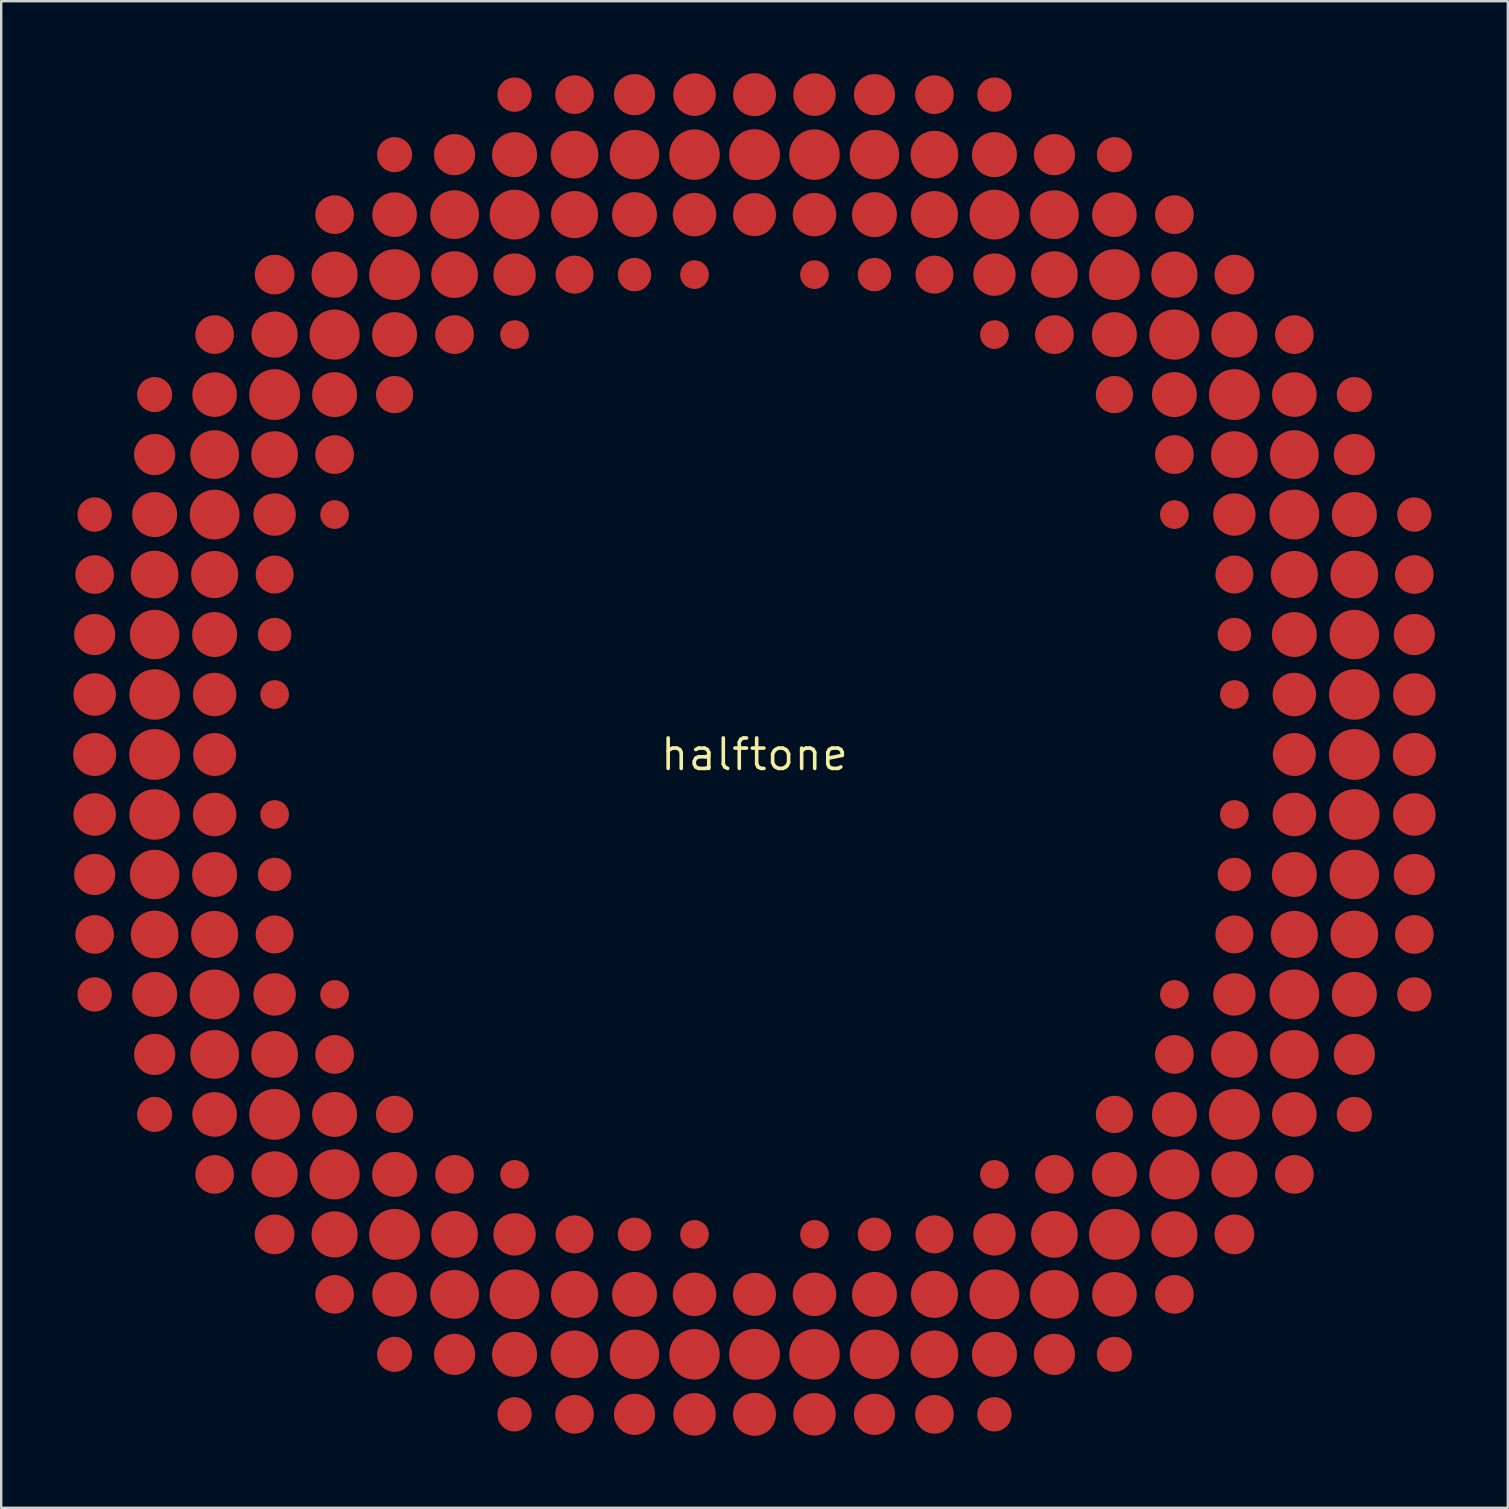
<source format=kicad_pcb>
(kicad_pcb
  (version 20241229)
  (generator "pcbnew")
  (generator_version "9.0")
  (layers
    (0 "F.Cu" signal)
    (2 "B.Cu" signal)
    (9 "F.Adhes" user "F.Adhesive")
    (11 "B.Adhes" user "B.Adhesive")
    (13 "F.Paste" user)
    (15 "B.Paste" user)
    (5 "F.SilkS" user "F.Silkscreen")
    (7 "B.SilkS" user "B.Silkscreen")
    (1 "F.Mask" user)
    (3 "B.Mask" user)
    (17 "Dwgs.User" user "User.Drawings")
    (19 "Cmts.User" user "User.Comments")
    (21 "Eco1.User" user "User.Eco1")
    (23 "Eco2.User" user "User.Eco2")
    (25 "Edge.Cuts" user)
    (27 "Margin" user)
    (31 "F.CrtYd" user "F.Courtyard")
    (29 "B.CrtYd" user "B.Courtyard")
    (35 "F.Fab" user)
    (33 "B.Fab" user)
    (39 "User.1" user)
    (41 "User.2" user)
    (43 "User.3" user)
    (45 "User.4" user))
  (footprint "halftone"
    (layer "F.Cu")
    (at 28.395 28.395)
    (property "Reference" "halftone" (at 0 0 0) (layer "F.SilkS") (effects (font (size 1.27 1.27) (thickness 0.15))))
    (attr through_hole)
    (pad "~" smd oval (at -27.5 -10) (size 1.43 1.43) (layers "F.Cu" "F.Mask"))
    (pad "~" smd oval (at -27.5 -7.5) (size 1.611 1.611) (layers "F.Cu" "F.Mask"))
    (pad "~" smd oval (at -27.5 -5) (size 1.716 1.716) (layers "F.Cu" "F.Mask"))
    (pad "~" smd oval (at -27.5 -2.5) (size 1.772 1.772) (layers "F.Cu" "F.Mask"))
    (pad "~" smd oval (at -27.5 0) (size 1.791 1.791) (layers "F.Cu" "F.Mask"))
    (pad "~" smd oval (at -27.5 2.5) (size 1.772 1.772) (layers "F.Cu" "F.Mask"))
    (pad "~" smd oval (at -27.5 5) (size 1.716 1.716) (layers "F.Cu" "F.Mask"))
    (pad "~" smd oval (at -27.5 7.5) (size 1.611 1.611) (layers "F.Cu" "F.Mask"))
    (pad "~" smd oval (at -27.5 10) (size 1.43 1.43) (layers "F.Cu" "F.Mask"))
    (pad "~" smd oval (at -25 -15) (size 1.46 1.46) (layers "F.Cu" "F.Mask"))
    (pad "~" smd oval (at -25 -12.5) (size 1.716 1.716) (layers "F.Cu" "F.Mask"))
    (pad "~" smd oval (at -25 -10) (size 1.877 1.877) (layers "F.Cu" "F.Mask"))
    (pad "~" smd oval (at -25 -7.5) (size 1.987 1.987) (layers "F.Cu" "F.Mask"))
    (pad "~" smd oval (at -25 -5) (size 2.061 2.061) (layers "F.Cu" "F.Mask"))
    (pad "~" smd oval (at -25 -2.5) (size 2.104 2.104) (layers "F.Cu" "F.Mask"))
    (pad "~" smd oval (at -25 0) (size 2.118 2.118) (layers "F.Cu" "F.Mask"))
    (pad "~" smd oval (at -25 2.5) (size 2.104 2.104) (layers "F.Cu" "F.Mask"))
    (pad "~" smd oval (at -25 5) (size 2.061 2.061) (layers "F.Cu" "F.Mask"))
    (pad "~" smd oval (at -25 7.5) (size 1.987 1.987) (layers "F.Cu" "F.Mask"))
    (pad "~" smd oval (at -25 10) (size 1.877 1.877) (layers "F.Cu" "F.Mask"))
    (pad "~" smd oval (at -25 12.5) (size 1.716 1.716) (layers "F.Cu" "F.Mask"))
    (pad "~" smd oval (at -25 15) (size 1.46 1.46) (layers "F.Cu" "F.Mask"))
    (pad "~" smd oval (at -22.5 -17.5) (size 1.611 1.611) (layers "F.Cu" "F.Mask"))
    (pad "~" smd oval (at -22.5 -15) (size 1.86 1.86) (layers "F.Cu" "F.Mask"))
    (pad "~" smd oval (at -22.5 -12.5) (size 2.032 2.032) (layers "F.Cu" "F.Mask"))
    (pad "~" smd oval (at -22.5 -10) (size 2.075 2.075) (layers "F.Cu" "F.Mask"))
    (pad "~" smd oval (at -22.5 -7.5) (size 1.964 1.964) (layers "F.Cu" "F.Mask"))
    (pad "~" smd oval (at -22.5 -5) (size 1.873 1.873) (layers "F.Cu" "F.Mask"))
    (pad "~" smd oval (at -22.5 -2.5) (size 1.812 1.812) (layers "F.Cu" "F.Mask"))
    (pad "~" smd oval (at -22.5 0) (size 1.791 1.791) (layers "F.Cu" "F.Mask"))
    (pad "~" smd oval (at -22.5 2.5) (size 1.812 1.812) (layers "F.Cu" "F.Mask"))
    (pad "~" smd oval (at -22.5 5) (size 1.873 1.873) (layers "F.Cu" "F.Mask"))
    (pad "~" smd oval (at -22.5 7.5) (size 1.964 1.964) (layers "F.Cu" "F.Mask"))
    (pad "~" smd oval (at -22.5 10) (size 2.075 2.075) (layers "F.Cu" "F.Mask"))
    (pad "~" smd oval (at -22.5 12.5) (size 2.032 2.032) (layers "F.Cu" "F.Mask"))
    (pad "~" smd oval (at -22.5 15) (size 1.86 1.86) (layers "F.Cu" "F.Mask"))
    (pad "~" smd oval (at -22.5 17.5) (size 1.611 1.611) (layers "F.Cu" "F.Mask"))
    (pad "~" smd oval (at -20 -20) (size 1.655 1.655) (layers "F.Cu" "F.Mask"))
    (pad "~" smd oval (at -20 -17.5) (size 1.925 1.925) (layers "F.Cu" "F.Mask"))
    (pad "~" smd oval (at -20 -15) (size 2.118 2.118) (layers "F.Cu" "F.Mask"))
    (pad "~" smd oval (at -20 -12.5) (size 1.947 1.947) (layers "F.Cu" "F.Mask"))
    (pad "~" smd oval (at -20 -10) (size 1.768 1.768) (layers "F.Cu" "F.Mask"))
    (pad "~" smd oval (at -20 -7.5) (size 1.583 1.583) (layers "F.Cu" "F.Mask"))
    (pad "~" smd oval (at -20 -5) (size 1.392 1.392) (layers "F.Cu" "F.Mask"))
    (pad "~" smd oval (at -20 -2.5) (size 1.197 1.197) (layers "F.Cu" "F.Mask"))
    (pad "~" smd oval (at -20 2.5) (size 1.197 1.197) (layers "F.Cu" "F.Mask"))
    (pad "~" smd oval (at -20 5) (size 1.392 1.392) (layers "F.Cu" "F.Mask"))
    (pad "~" smd oval (at -20 7.5) (size 1.583 1.583) (layers "F.Cu" "F.Mask"))
    (pad "~" smd oval (at -20 10) (size 1.768 1.768) (layers "F.Cu" "F.Mask"))
    (pad "~" smd oval (at -20 12.5) (size 1.947 1.947) (layers "F.Cu" "F.Mask"))
    (pad "~" smd oval (at -20 15) (size 2.118 2.118) (layers "F.Cu" "F.Mask"))
    (pad "~" smd oval (at -20 17.5) (size 1.925 1.925) (layers "F.Cu" "F.Mask"))
    (pad "~" smd oval (at -20 20) (size 1.655 1.655) (layers "F.Cu" "F.Mask"))
    (pad "~" smd oval (at -17.5 -22.5) (size 1.611 1.611) (layers "F.Cu" "F.Mask"))
    (pad "~" smd oval (at -17.5 -20) (size 1.925 1.925) (layers "F.Cu" "F.Mask"))
    (pad "~" smd oval (at -17.5 -17.5) (size 2.09 2.09) (layers "F.Cu" "F.Mask"))
    (pad "~" smd oval (at -17.5 -15) (size 1.873 1.873) (layers "F.Cu" "F.Mask"))
    (pad "~" smd oval (at -17.5 -12.5) (size 1.614 1.614) (layers "F.Cu" "F.Mask"))
    (pad "~" smd oval (at -17.5 -10) (size 1.197 1.197) (layers "F.Cu" "F.Mask"))
    (pad "~" smd oval (at -17.5 10) (size 1.197 1.197) (layers "F.Cu" "F.Mask"))
    (pad "~" smd oval (at -17.5 12.5) (size 1.614 1.614) (layers "F.Cu" "F.Mask"))
    (pad "~" smd oval (at -17.5 15) (size 1.873 1.873) (layers "F.Cu" "F.Mask"))
    (pad "~" smd oval (at -17.5 17.5) (size 2.09 2.09) (layers "F.Cu" "F.Mask"))
    (pad "~" smd oval (at -17.5 20) (size 1.925 1.925) (layers "F.Cu" "F.Mask"))
    (pad "~" smd oval (at -17.5 22.5) (size 1.611 1.611) (layers "F.Cu" "F.Mask"))
    (pad "~" smd oval (at -15 -25) (size 1.46 1.46) (layers "F.Cu" "F.Mask"))
    (pad "~" smd oval (at -15 -22.5) (size 1.86 1.86) (layers "F.Cu" "F.Mask"))
    (pad "~" smd oval (at -15 -20) (size 2.118 2.118) (layers "F.Cu" "F.Mask"))
    (pad "~" smd oval (at -15 -17.5) (size 1.873 1.873) (layers "F.Cu" "F.Mask"))
    (pad "~" smd oval (at -15 -15) (size 1.551 1.551) (layers "F.Cu" "F.Mask"))
    (pad "~" smd oval (at -15 15) (size 1.551 1.551) (layers "F.Cu" "F.Mask"))
    (pad "~" smd oval (at -15 17.5) (size 1.873 1.873) (layers "F.Cu" "F.Mask"))
    (pad "~" smd oval (at -15 20) (size 2.118 2.118) (layers "F.Cu" "F.Mask"))
    (pad "~" smd oval (at -15 22.5) (size 1.86 1.86) (layers "F.Cu" "F.Mask"))
    (pad "~" smd oval (at -15 25) (size 1.46 1.46) (layers "F.Cu" "F.Mask"))
    (pad "~" smd oval (at -12.5 -25) (size 1.716 1.716) (layers "F.Cu" "F.Mask"))
    (pad "~" smd oval (at -12.5 -22.5) (size 2.032 2.032) (layers "F.Cu" "F.Mask"))
    (pad "~" smd oval (at -12.5 -20) (size 1.947 1.947) (layers "F.Cu" "F.Mask"))
    (pad "~" smd oval (at -12.5 -17.5) (size 1.614 1.614) (layers "F.Cu" "F.Mask"))
    (pad "~" smd oval (at -12.5 17.5) (size 1.614 1.614) (layers "F.Cu" "F.Mask"))
    (pad "~" smd oval (at -12.5 20) (size 1.947 1.947) (layers "F.Cu" "F.Mask"))
    (pad "~" smd oval (at -12.5 22.5) (size 2.032 2.032) (layers "F.Cu" "F.Mask"))
    (pad "~" smd oval (at -12.5 25) (size 1.716 1.716) (layers "F.Cu" "F.Mask"))
    (pad "~" smd oval (at -10 -27.5) (size 1.43 1.43) (layers "F.Cu" "F.Mask"))
    (pad "~" smd oval (at -10 -25) (size 1.877 1.877) (layers "F.Cu" "F.Mask"))
    (pad "~" smd oval (at -10 -22.5) (size 2.075 2.075) (layers "F.Cu" "F.Mask"))
    (pad "~" smd oval (at -10 -20) (size 1.768 1.768) (layers "F.Cu" "F.Mask"))
    (pad "~" smd oval (at -10 -17.5) (size 1.197 1.197) (layers "F.Cu" "F.Mask"))
    (pad "~" smd oval (at -10 17.5) (size 1.197 1.197) (layers "F.Cu" "F.Mask"))
    (pad "~" smd oval (at -10 20) (size 1.768 1.768) (layers "F.Cu" "F.Mask"))
    (pad "~" smd oval (at -10 22.5) (size 2.075 2.075) (layers "F.Cu" "F.Mask"))
    (pad "~" smd oval (at -10 25) (size 1.877 1.877) (layers "F.Cu" "F.Mask"))
    (pad "~" smd oval (at -10 27.5) (size 1.43 1.43) (layers "F.Cu" "F.Mask"))
    (pad "~" smd oval (at -7.5 -27.5) (size 1.611 1.611) (layers "F.Cu" "F.Mask"))
    (pad "~" smd oval (at -7.5 -25) (size 1.987 1.987) (layers "F.Cu" "F.Mask"))
    (pad "~" smd oval (at -7.5 -22.5) (size 1.964 1.964) (layers "F.Cu" "F.Mask"))
    (pad "~" smd oval (at -7.5 -20) (size 1.583 1.583) (layers "F.Cu" "F.Mask"))
    (pad "~" smd oval (at -7.5 20) (size 1.583 1.583) (layers "F.Cu" "F.Mask"))
    (pad "~" smd oval (at -7.5 22.5) (size 1.964 1.964) (layers "F.Cu" "F.Mask"))
    (pad "~" smd oval (at -7.5 25) (size 1.987 1.987) (layers "F.Cu" "F.Mask"))
    (pad "~" smd oval (at -7.5 27.5) (size 1.611 1.611) (layers "F.Cu" "F.Mask"))
    (pad "~" smd oval (at -5 -27.5) (size 1.716 1.716) (layers "F.Cu" "F.Mask"))
    (pad "~" smd oval (at -5 -25) (size 2.061 2.061) (layers "F.Cu" "F.Mask"))
    (pad "~" smd oval (at -5 -22.5) (size 1.873 1.873) (layers "F.Cu" "F.Mask"))
    (pad "~" smd oval (at -5 -20) (size 1.392 1.392) (layers "F.Cu" "F.Mask"))
    (pad "~" smd oval (at -5 20) (size 1.392 1.392) (layers "F.Cu" "F.Mask"))
    (pad "~" smd oval (at -5 22.5) (size 1.873 1.873) (layers "F.Cu" "F.Mask"))
    (pad "~" smd oval (at -5 25) (size 2.061 2.061) (layers "F.Cu" "F.Mask"))
    (pad "~" smd oval (at -5 27.5) (size 1.716 1.716) (layers "F.Cu" "F.Mask"))
    (pad "~" smd oval (at -2.5 -27.5) (size 1.772 1.772) (layers "F.Cu" "F.Mask"))
    (pad "~" smd oval (at -2.5 -25) (size 2.104 2.104) (layers "F.Cu" "F.Mask"))
    (pad "~" smd oval (at -2.5 -22.5) (size 1.812 1.812) (layers "F.Cu" "F.Mask"))
    (pad "~" smd oval (at -2.5 -20) (size 1.197 1.197) (layers "F.Cu" "F.Mask"))
    (pad "~" smd oval (at -2.5 20) (size 1.197 1.197) (layers "F.Cu" "F.Mask"))
    (pad "~" smd oval (at -2.5 22.5) (size 1.812 1.812) (layers "F.Cu" "F.Mask"))
    (pad "~" smd oval (at -2.5 25) (size 2.104 2.104) (layers "F.Cu" "F.Mask"))
    (pad "~" smd oval (at -2.5 27.5) (size 1.772 1.772) (layers "F.Cu" "F.Mask"))
    (pad "~" smd oval (at 0 -27.5) (size 1.791 1.791) (layers "F.Cu" "F.Mask"))
    (pad "~" smd oval (at 0 -25) (size 2.118 2.118) (layers "F.Cu" "F.Mask"))
    (pad "~" smd oval (at 0 -22.5) (size 1.791 1.791) (layers "F.Cu" "F.Mask"))
    (pad "~" smd oval (at 0 22.5) (size 1.791 1.791) (layers "F.Cu" "F.Mask"))
    (pad "~" smd oval (at 0 25) (size 2.118 2.118) (layers "F.Cu" "F.Mask"))
    (pad "~" smd oval (at 0 27.5) (size 1.791 1.791) (layers "F.Cu" "F.Mask"))
    (pad "~" smd oval (at 2.5 -27.5) (size 1.772 1.772) (layers "F.Cu" "F.Mask"))
    (pad "~" smd oval (at 2.5 -25) (size 2.104 2.104) (layers "F.Cu" "F.Mask"))
    (pad "~" smd oval (at 2.5 -22.5) (size 1.812 1.812) (layers "F.Cu" "F.Mask"))
    (pad "~" smd oval (at 2.5 -20) (size 1.197 1.197) (layers "F.Cu" "F.Mask"))
    (pad "~" smd oval (at 2.5 20) (size 1.197 1.197) (layers "F.Cu" "F.Mask"))
    (pad "~" smd oval (at 2.5 22.5) (size 1.812 1.812) (layers "F.Cu" "F.Mask"))
    (pad "~" smd oval (at 2.5 25) (size 2.104 2.104) (layers "F.Cu" "F.Mask"))
    (pad "~" smd oval (at 2.5 27.5) (size 1.772 1.772) (layers "F.Cu" "F.Mask"))
    (pad "~" smd oval (at 5 -27.5) (size 1.716 1.716) (layers "F.Cu" "F.Mask"))
    (pad "~" smd oval (at 5 -25) (size 2.061 2.061) (layers "F.Cu" "F.Mask"))
    (pad "~" smd oval (at 5 -22.5) (size 1.873 1.873) (layers "F.Cu" "F.Mask"))
    (pad "~" smd oval (at 5 -20) (size 1.392 1.392) (layers "F.Cu" "F.Mask"))
    (pad "~" smd oval (at 5 20) (size 1.392 1.392) (layers "F.Cu" "F.Mask"))
    (pad "~" smd oval (at 5 22.5) (size 1.873 1.873) (layers "F.Cu" "F.Mask"))
    (pad "~" smd oval (at 5 25) (size 2.061 2.061) (layers "F.Cu" "F.Mask"))
    (pad "~" smd oval (at 5 27.5) (size 1.716 1.716) (layers "F.Cu" "F.Mask"))
    (pad "~" smd oval (at 7.5 -27.5) (size 1.611 1.611) (layers "F.Cu" "F.Mask"))
    (pad "~" smd oval (at 7.5 -25) (size 1.987 1.987) (layers "F.Cu" "F.Mask"))
    (pad "~" smd oval (at 7.5 -22.5) (size 1.964 1.964) (layers "F.Cu" "F.Mask"))
    (pad "~" smd oval (at 7.5 -20) (size 1.583 1.583) (layers "F.Cu" "F.Mask"))
    (pad "~" smd oval (at 7.5 20) (size 1.583 1.583) (layers "F.Cu" "F.Mask"))
    (pad "~" smd oval (at 7.5 22.5) (size 1.964 1.964) (layers "F.Cu" "F.Mask"))
    (pad "~" smd oval (at 7.5 25) (size 1.987 1.987) (layers "F.Cu" "F.Mask"))
    (pad "~" smd oval (at 7.5 27.5) (size 1.611 1.611) (layers "F.Cu" "F.Mask"))
    (pad "~" smd oval (at 10 -27.5) (size 1.43 1.43) (layers "F.Cu" "F.Mask"))
    (pad "~" smd oval (at 10 -25) (size 1.877 1.877) (layers "F.Cu" "F.Mask"))
    (pad "~" smd oval (at 10 -22.5) (size 2.075 2.075) (layers "F.Cu" "F.Mask"))
    (pad "~" smd oval (at 10 -20) (size 1.768 1.768) (layers "F.Cu" "F.Mask"))
    (pad "~" smd oval (at 10 -17.5) (size 1.197 1.197) (layers "F.Cu" "F.Mask"))
    (pad "~" smd oval (at 10 17.5) (size 1.197 1.197) (layers "F.Cu" "F.Mask"))
    (pad "~" smd oval (at 10 20) (size 1.768 1.768) (layers "F.Cu" "F.Mask"))
    (pad "~" smd oval (at 10 22.5) (size 2.075 2.075) (layers "F.Cu" "F.Mask"))
    (pad "~" smd oval (at 10 25) (size 1.877 1.877) (layers "F.Cu" "F.Mask"))
    (pad "~" smd oval (at 10 27.5) (size 1.43 1.43) (layers "F.Cu" "F.Mask"))
    (pad "~" smd oval (at 12.5 -25) (size 1.716 1.716) (layers "F.Cu" "F.Mask"))
    (pad "~" smd oval (at 12.5 -22.5) (size 2.032 2.032) (layers "F.Cu" "F.Mask"))
    (pad "~" smd oval (at 12.5 -20) (size 1.947 1.947) (layers "F.Cu" "F.Mask"))
    (pad "~" smd oval (at 12.5 -17.5) (size 1.614 1.614) (layers "F.Cu" "F.Mask"))
    (pad "~" smd oval (at 12.5 17.5) (size 1.614 1.614) (layers "F.Cu" "F.Mask"))
    (pad "~" smd oval (at 12.5 20) (size 1.947 1.947) (layers "F.Cu" "F.Mask"))
    (pad "~" smd oval (at 12.5 22.5) (size 2.032 2.032) (layers "F.Cu" "F.Mask"))
    (pad "~" smd oval (at 12.5 25) (size 1.716 1.716) (layers "F.Cu" "F.Mask"))
    (pad "~" smd oval (at 15 -25) (size 1.46 1.46) (layers "F.Cu" "F.Mask"))
    (pad "~" smd oval (at 15 -22.5) (size 1.86 1.86) (layers "F.Cu" "F.Mask"))
    (pad "~" smd oval (at 15 -20) (size 2.118 2.118) (layers "F.Cu" "F.Mask"))
    (pad "~" smd oval (at 15 -17.5) (size 1.873 1.873) (layers "F.Cu" "F.Mask"))
    (pad "~" smd oval (at 15 -15) (size 1.551 1.551) (layers "F.Cu" "F.Mask"))
    (pad "~" smd oval (at 15 15) (size 1.551 1.551) (layers "F.Cu" "F.Mask"))
    (pad "~" smd oval (at 15 17.5) (size 1.873 1.873) (layers "F.Cu" "F.Mask"))
    (pad "~" smd oval (at 15 20) (size 2.118 2.118) (layers "F.Cu" "F.Mask"))
    (pad "~" smd oval (at 15 22.5) (size 1.86 1.86) (layers "F.Cu" "F.Mask"))
    (pad "~" smd oval (at 15 25) (size 1.46 1.46) (layers "F.Cu" "F.Mask"))
    (pad "~" smd oval (at 17.5 -22.5) (size 1.611 1.611) (layers "F.Cu" "F.Mask"))
    (pad "~" smd oval (at 17.5 -20) (size 1.925 1.925) (layers "F.Cu" "F.Mask"))
    (pad "~" smd oval (at 17.5 -17.5) (size 2.09 2.09) (layers "F.Cu" "F.Mask"))
    (pad "~" smd oval (at 17.5 -15) (size 1.873 1.873) (layers "F.Cu" "F.Mask"))
    (pad "~" smd oval (at 17.5 -12.5) (size 1.614 1.614) (layers "F.Cu" "F.Mask"))
    (pad "~" smd oval (at 17.5 -10) (size 1.197 1.197) (layers "F.Cu" "F.Mask"))
    (pad "~" smd oval (at 17.5 10) (size 1.197 1.197) (layers "F.Cu" "F.Mask"))
    (pad "~" smd oval (at 17.5 12.5) (size 1.614 1.614) (layers "F.Cu" "F.Mask"))
    (pad "~" smd oval (at 17.5 15) (size 1.873 1.873) (layers "F.Cu" "F.Mask"))
    (pad "~" smd oval (at 17.5 17.5) (size 2.09 2.09) (layers "F.Cu" "F.Mask"))
    (pad "~" smd oval (at 17.5 20) (size 1.925 1.925) (layers "F.Cu" "F.Mask"))
    (pad "~" smd oval (at 17.5 22.5) (size 1.611 1.611) (layers "F.Cu" "F.Mask"))
    (pad "~" smd oval (at 20 -20) (size 1.655 1.655) (layers "F.Cu" "F.Mask"))
    (pad "~" smd oval (at 20 -17.5) (size 1.925 1.925) (layers "F.Cu" "F.Mask"))
    (pad "~" smd oval (at 20 -15) (size 2.118 2.118) (layers "F.Cu" "F.Mask"))
    (pad "~" smd oval (at 20 -12.5) (size 1.947 1.947) (layers "F.Cu" "F.Mask"))
    (pad "~" smd oval (at 20 -10) (size 1.768 1.768) (layers "F.Cu" "F.Mask"))
    (pad "~" smd oval (at 20 -7.5) (size 1.583 1.583) (layers "F.Cu" "F.Mask"))
    (pad "~" smd oval (at 20 -5) (size 1.392 1.392) (layers "F.Cu" "F.Mask"))
    (pad "~" smd oval (at 20 -2.5) (size 1.197 1.197) (layers "F.Cu" "F.Mask"))
    (pad "~" smd oval (at 20 2.5) (size 1.197 1.197) (layers "F.Cu" "F.Mask"))
    (pad "~" smd oval (at 20 5) (size 1.392 1.392) (layers "F.Cu" "F.Mask"))
    (pad "~" smd oval (at 20 7.5) (size 1.583 1.583) (layers "F.Cu" "F.Mask"))
    (pad "~" smd oval (at 20 10) (size 1.768 1.768) (layers "F.Cu" "F.Mask"))
    (pad "~" smd oval (at 20 12.5) (size 1.947 1.947) (layers "F.Cu" "F.Mask"))
    (pad "~" smd oval (at 20 15) (size 2.118 2.118) (layers "F.Cu" "F.Mask"))
    (pad "~" smd oval (at 20 17.5) (size 1.925 1.925) (layers "F.Cu" "F.Mask"))
    (pad "~" smd oval (at 20 20) (size 1.655 1.655) (layers "F.Cu" "F.Mask"))
    (pad "~" smd oval (at 22.5 -17.5) (size 1.611 1.611) (layers "F.Cu" "F.Mask"))
    (pad "~" smd oval (at 22.5 -15) (size 1.86 1.86) (layers "F.Cu" "F.Mask"))
    (pad "~" smd oval (at 22.5 -12.5) (size 2.032 2.032) (layers "F.Cu" "F.Mask"))
    (pad "~" smd oval (at 22.5 -10) (size 2.075 2.075) (layers "F.Cu" "F.Mask"))
    (pad "~" smd oval (at 22.5 -7.5) (size 1.964 1.964) (layers "F.Cu" "F.Mask"))
    (pad "~" smd oval (at 22.5 -5) (size 1.873 1.873) (layers "F.Cu" "F.Mask"))
    (pad "~" smd oval (at 22.5 -2.5) (size 1.812 1.812) (layers "F.Cu" "F.Mask"))
    (pad "~" smd oval (at 22.5 0) (size 1.791 1.791) (layers "F.Cu" "F.Mask"))
    (pad "~" smd oval (at 22.5 2.5) (size 1.812 1.812) (layers "F.Cu" "F.Mask"))
    (pad "~" smd oval (at 22.5 5) (size 1.873 1.873) (layers "F.Cu" "F.Mask"))
    (pad "~" smd oval (at 22.5 7.5) (size 1.964 1.964) (layers "F.Cu" "F.Mask"))
    (pad "~" smd oval (at 22.5 10) (size 2.075 2.075) (layers "F.Cu" "F.Mask"))
    (pad "~" smd oval (at 22.5 12.5) (size 2.032 2.032) (layers "F.Cu" "F.Mask"))
    (pad "~" smd oval (at 22.5 15) (size 1.86 1.86) (layers "F.Cu" "F.Mask"))
    (pad "~" smd oval (at 22.5 17.5) (size 1.611 1.611) (layers "F.Cu" "F.Mask"))
    (pad "~" smd oval (at 25 -15) (size 1.46 1.46) (layers "F.Cu" "F.Mask"))
    (pad "~" smd oval (at 25 -12.5) (size 1.716 1.716) (layers "F.Cu" "F.Mask"))
    (pad "~" smd oval (at 25 -10) (size 1.877 1.877) (layers "F.Cu" "F.Mask"))
    (pad "~" smd oval (at 25 -7.5) (size 1.987 1.987) (layers "F.Cu" "F.Mask"))
    (pad "~" smd oval (at 25 -5) (size 2.061 2.061) (layers "F.Cu" "F.Mask"))
    (pad "~" smd oval (at 25 -2.5) (size 2.104 2.104) (layers "F.Cu" "F.Mask"))
    (pad "~" smd oval (at 25 0) (size 2.118 2.118) (layers "F.Cu" "F.Mask"))
    (pad "~" smd oval (at 25 2.5) (size 2.104 2.104) (layers "F.Cu" "F.Mask"))
    (pad "~" smd oval (at 25 5) (size 2.061 2.061) (layers "F.Cu" "F.Mask"))
    (pad "~" smd oval (at 25 7.5) (size 1.987 1.987) (layers "F.Cu" "F.Mask"))
    (pad "~" smd oval (at 25 10) (size 1.877 1.877) (layers "F.Cu" "F.Mask"))
    (pad "~" smd oval (at 25 12.5) (size 1.716 1.716) (layers "F.Cu" "F.Mask"))
    (pad "~" smd oval (at 25 15) (size 1.46 1.46) (layers "F.Cu" "F.Mask"))
    (pad "~" smd oval (at 27.5 -10) (size 1.43 1.43) (layers "F.Cu" "F.Mask"))
    (pad "~" smd oval (at 27.5 -7.5) (size 1.611 1.611) (layers "F.Cu" "F.Mask"))
    (pad "~" smd oval (at 27.5 -5) (size 1.716 1.716) (layers "F.Cu" "F.Mask"))
    (pad "~" smd oval (at 27.5 -2.5) (size 1.772 1.772) (layers "F.Cu" "F.Mask"))
    (pad "~" smd oval (at 27.5 0) (size 1.791 1.791) (layers "F.Cu" "F.Mask"))
    (pad "~" smd oval (at 27.5 2.5) (size 1.772 1.772) (layers "F.Cu" "F.Mask"))
    (pad "~" smd oval (at 27.5 5) (size 1.716 1.716) (layers "F.Cu" "F.Mask"))
    (pad "~" smd oval (at 27.5 7.5) (size 1.611 1.611) (layers "F.Cu" "F.Mask"))
    (pad "~" smd oval (at 27.5 10) (size 1.43 1.43) (layers "F.Cu" "F.Mask")))
  (gr_rect
    (start -3 -3)
    (end 59.791 59.791)
    (stroke (width 0.1) (type default))
    (fill no)
    (layer "Edge.Cuts")))
</source>
